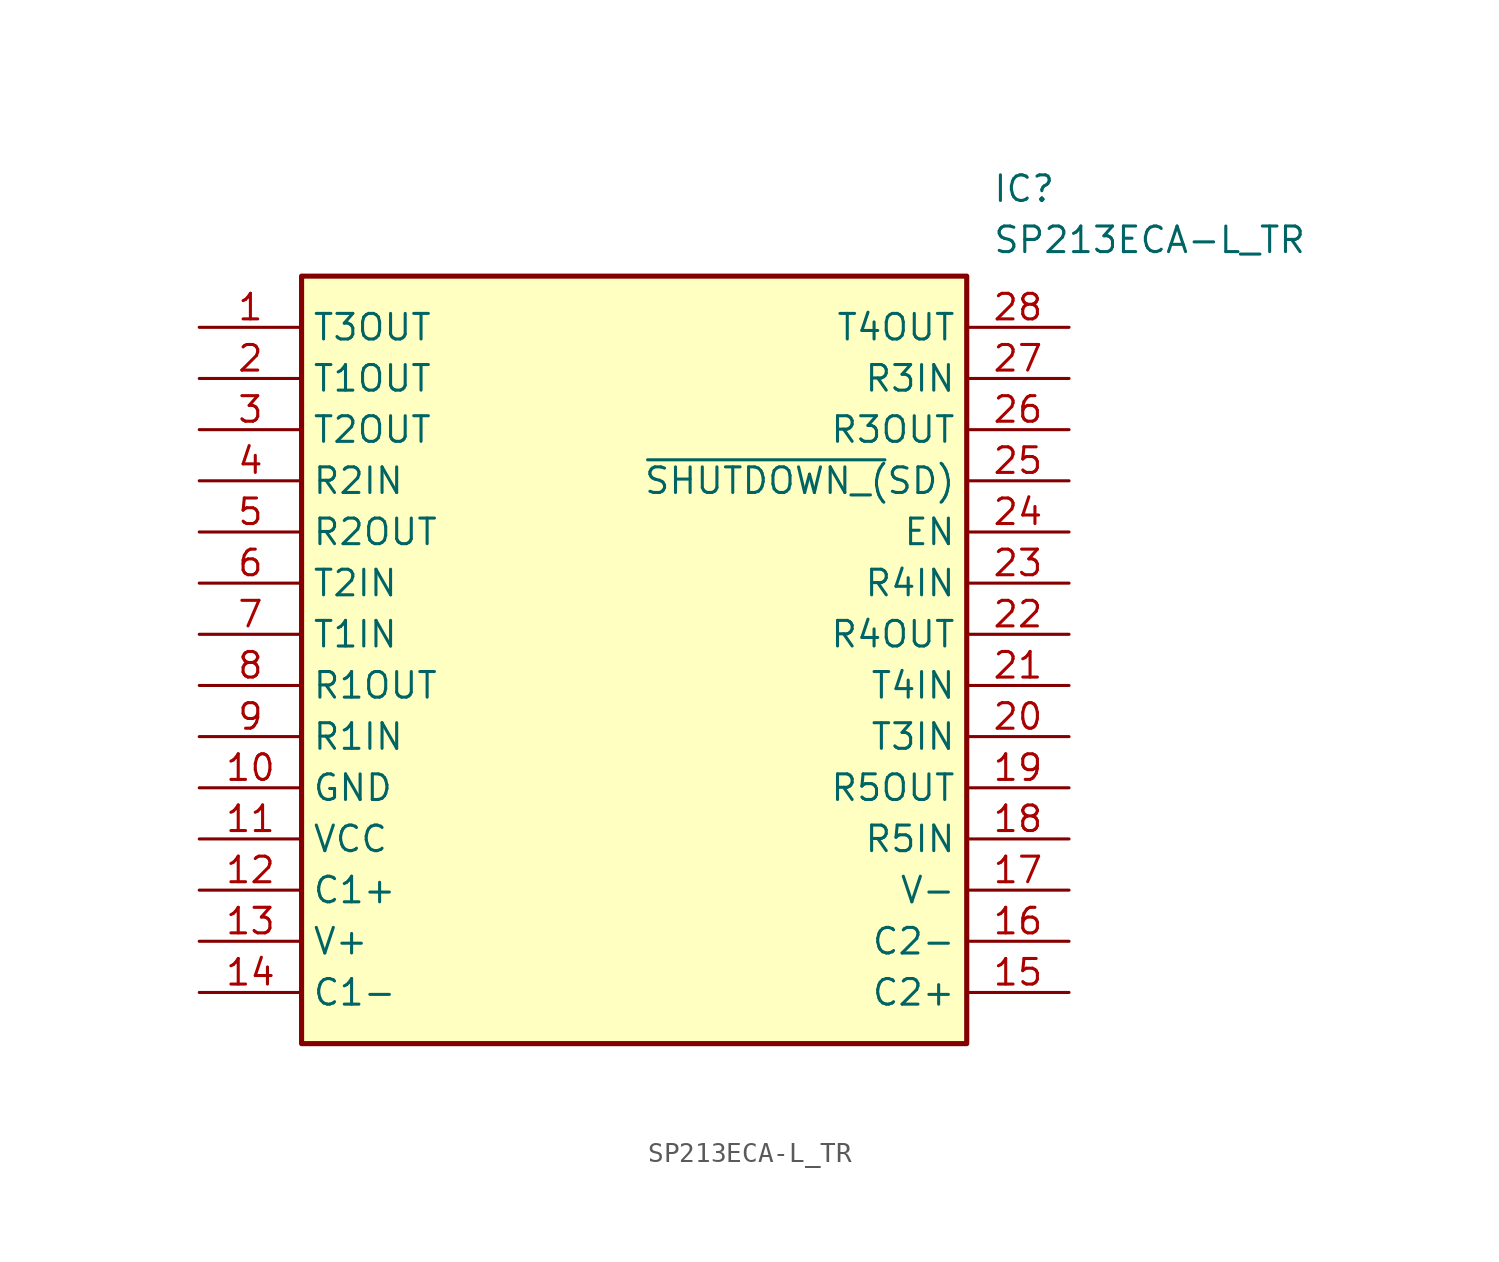
<source format=kicad_sym>
(kicad_symbol_lib
  (version 20231120)
  (generator "kicad_symbol_editor")
  (generator_version "8.0")
  (symbol "SP213ECA-L_TR"
    (property "Reference" "IC"
      (at 39.37 7.62 0)
      (effects (font (size 1.27 1.27)) (justify left top)))
    (property "Value" "SP213ECA-L_TR"
      (at 39.37 5.08 0)
      (effects (font (size 1.27 1.27)) (justify left top)))
    (symbol "SP213ECA-L_TR_1_1"
      (rectangle (start 5.08 2.54) (end 38.1 -35.56) (stroke (width 0.254) (type default)) (fill (type background)))
      (pin passive line (at 0 0 0) (length 5.08) (name "T3OUT" (effects (font (size 1.27 1.27)))) (number "1" (effects (font (size 1.27 1.27)))))
      (pin passive line (at 0 -22.86 0) (length 5.08) (name "GND" (effects (font (size 1.27 1.27)))) (number "10" (effects (font (size 1.27 1.27)))))
      (pin passive line (at 0 -25.4 0) (length 5.08) (name "VCC" (effects (font (size 1.27 1.27)))) (number "11" (effects (font (size 1.27 1.27)))))
      (pin passive line (at 0 -27.94 0) (length 5.08) (name "C1+" (effects (font (size 1.27 1.27)))) (number "12" (effects (font (size 1.27 1.27)))))
      (pin passive line (at 0 -30.48 0) (length 5.08) (name "V+" (effects (font (size 1.27 1.27)))) (number "13" (effects (font (size 1.27 1.27)))))
      (pin passive line (at 0 -33.02 0) (length 5.08) (name "C1-" (effects (font (size 1.27 1.27)))) (number "14" (effects (font (size 1.27 1.27)))))
      (pin passive line (at 43.18 -33.02 180) (length 5.08) (name "C2+" (effects (font (size 1.27 1.27)))) (number "15" (effects (font (size 1.27 1.27)))))
      (pin passive line (at 43.18 -30.48 180) (length 5.08) (name "C2-" (effects (font (size 1.27 1.27)))) (number "16" (effects (font (size 1.27 1.27)))))
      (pin passive line (at 43.18 -27.94 180) (length 5.08) (name "V-" (effects (font (size 1.27 1.27)))) (number "17" (effects (font (size 1.27 1.27)))))
      (pin passive line (at 43.18 -25.4 180) (length 5.08) (name "R5IN" (effects (font (size 1.27 1.27)))) (number "18" (effects (font (size 1.27 1.27)))))
      (pin passive line (at 43.18 -22.86 180) (length 5.08) (name "R5OUT" (effects (font (size 1.27 1.27)))) (number "19" (effects (font (size 1.27 1.27)))))
      (pin passive line (at 0 -2.54 0) (length 5.08) (name "T1OUT" (effects (font (size 1.27 1.27)))) (number "2" (effects (font (size 1.27 1.27)))))
      (pin passive line (at 43.18 -20.32 180) (length 5.08) (name "T3IN" (effects (font (size 1.27 1.27)))) (number "20" (effects (font (size 1.27 1.27)))))
      (pin passive line (at 43.18 -17.78 180) (length 5.08) (name "T4IN" (effects (font (size 1.27 1.27)))) (number "21" (effects (font (size 1.27 1.27)))))
      (pin passive line (at 43.18 -15.24 180) (length 5.08) (name "R4OUT" (effects (font (size 1.27 1.27)))) (number "22" (effects (font (size 1.27 1.27)))))
      (pin passive line (at 43.18 -12.7 180) (length 5.08) (name "R4IN" (effects (font (size 1.27 1.27)))) (number "23" (effects (font (size 1.27 1.27)))))
      (pin passive line (at 43.18 -10.16 180) (length 5.08) (name "EN" (effects (font (size 1.27 1.27)))) (number "24" (effects (font (size 1.27 1.27)))))
      (pin passive line (at 43.18 -7.62 180) (length 5.08) (name "~{SHUTDOWN_(}SD)" (effects (font (size 1.27 1.27)))) (number "25" (effects (font (size 1.27 1.27)))))
      (pin passive line (at 43.18 -5.08 180) (length 5.08) (name "R3OUT" (effects (font (size 1.27 1.27)))) (number "26" (effects (font (size 1.27 1.27)))))
      (pin passive line (at 43.18 -2.54 180) (length 5.08) (name "R3IN" (effects (font (size 1.27 1.27)))) (number "27" (effects (font (size 1.27 1.27)))))
      (pin passive line (at 43.18 0 180) (length 5.08) (name "T4OUT" (effects (font (size 1.27 1.27)))) (number "28" (effects (font (size 1.27 1.27)))))
      (pin passive line (at 0 -5.08 0) (length 5.08) (name "T2OUT" (effects (font (size 1.27 1.27)))) (number "3" (effects (font (size 1.27 1.27)))))
      (pin passive line (at 0 -7.62 0) (length 5.08) (name "R2IN" (effects (font (size 1.27 1.27)))) (number "4" (effects (font (size 1.27 1.27)))))
      (pin passive line (at 0 -10.16 0) (length 5.08) (name "R2OUT" (effects (font (size 1.27 1.27)))) (number "5" (effects (font (size 1.27 1.27)))))
      (pin passive line (at 0 -12.7 0) (length 5.08) (name "T2IN" (effects (font (size 1.27 1.27)))) (number "6" (effects (font (size 1.27 1.27)))))
      (pin passive line (at 0 -15.24 0) (length 5.08) (name "T1IN" (effects (font (size 1.27 1.27)))) (number "7" (effects (font (size 1.27 1.27)))))
      (pin passive line (at 0 -17.78 0) (length 5.08) (name "R1OUT" (effects (font (size 1.27 1.27)))) (number "8" (effects (font (size 1.27 1.27)))))
      (pin passive line (at 0 -20.32 0) (length 5.08) (name "R1IN" (effects (font (size 1.27 1.27)))) (number "9" (effects (font (size 1.27 1.27))))))))
</source>
